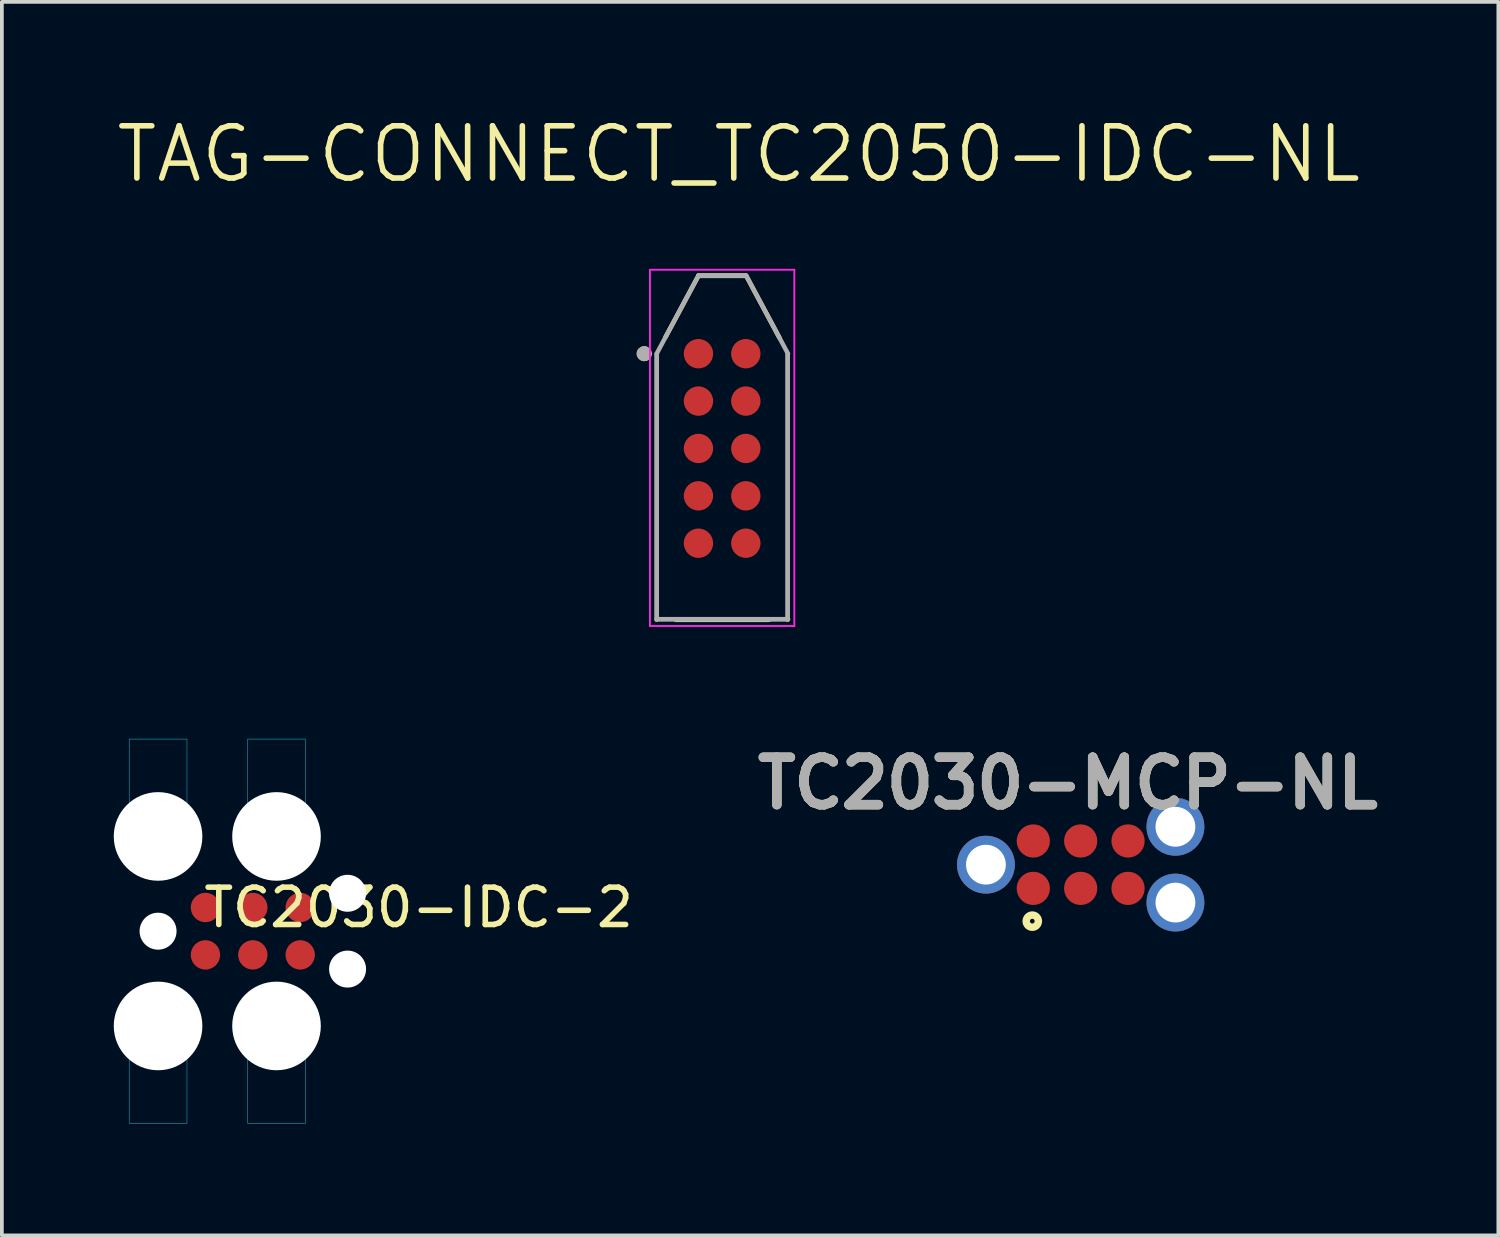
<source format=kicad_pcb>
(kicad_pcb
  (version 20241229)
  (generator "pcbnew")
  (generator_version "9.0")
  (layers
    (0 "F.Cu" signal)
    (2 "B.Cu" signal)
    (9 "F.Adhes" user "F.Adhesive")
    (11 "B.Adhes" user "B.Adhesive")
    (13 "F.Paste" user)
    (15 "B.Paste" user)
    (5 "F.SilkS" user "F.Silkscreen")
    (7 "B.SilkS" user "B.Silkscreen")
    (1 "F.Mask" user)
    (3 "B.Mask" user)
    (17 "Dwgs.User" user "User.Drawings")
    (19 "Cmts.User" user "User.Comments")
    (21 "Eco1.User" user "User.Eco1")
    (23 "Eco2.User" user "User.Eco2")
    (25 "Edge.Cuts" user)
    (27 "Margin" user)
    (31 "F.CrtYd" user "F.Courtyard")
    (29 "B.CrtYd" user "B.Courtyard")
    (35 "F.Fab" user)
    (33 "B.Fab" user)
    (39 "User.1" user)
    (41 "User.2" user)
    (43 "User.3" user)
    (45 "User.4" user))
  (footprint "TC2030-IDC-2"
    (layer "F.Cu")
    (at 3.727 21.911)
    (property "Reference" "TC2030-IDC-2" (at 4.445 -0.635 180) (layer "F.SilkS") (effects (font (size 1 1) (thickness 0.15))))
    (attr through_hole)
    (fp_poly (pts (xy -3.315 -5.15) (xy -1.765 -5.15) (xy -1.765 -2.54) (xy -3.315 -2.54)) (stroke (width 0.01) (type solid)) (fill no) (layer "B.CrtYd"))
    (fp_poly (pts (xy -3.315 2.54) (xy -1.765 2.54) (xy -1.765 5.15) (xy -3.315 5.15)) (stroke (width 0.01) (type solid)) (fill no) (layer "B.CrtYd"))
    (fp_poly (pts (xy -0.14 -5.15) (xy 1.41 -5.15) (xy 1.41 -2.54) (xy -0.14 -2.54)) (stroke (width 0.01) (type solid)) (fill no) (layer "B.CrtYd"))
    (fp_poly (pts (xy -0.14 2.54) (xy 1.41 2.54) (xy 1.41 5.15) (xy -0.14 5.15)) (stroke (width 0.01) (type solid)) (fill no) (layer "B.CrtYd"))
    (pad "" np_thru_hole circle (at -2.54 -2.54) (size 2.375 2.375) (drill 2.375) (layers "*.Cu" "*.Mask"))
    (pad "" np_thru_hole circle (at -2.54 0) (size 0.991 0.991) (drill 0.991) (layers "*.Cu" "*.Mask"))
    (pad "" np_thru_hole circle (at -2.54 2.54) (size 2.375 2.375) (drill 2.375) (layers "*.Cu" "*.Mask"))
    (pad "" np_thru_hole circle (at 0.635 -2.54) (size 2.375 2.375) (drill 2.375) (layers "*.Cu" "*.Mask"))
    (pad "" np_thru_hole circle (at 0.635 2.54) (size 2.375 2.375) (drill 2.375) (layers "*.Cu" "*.Mask"))
    (pad "" np_thru_hole circle (at 2.54 -1.016) (size 0.991 0.991) (drill 0.991) (layers "*.Cu" "*.Mask"))
    (pad "" np_thru_hole circle (at 2.54 1.016) (size 0.991 0.991) (drill 0.991) (layers "*.Cu" "*.Mask"))
    (pad "1" smd circle (at -1.27 0.635) (size 0.787 0.787) (layers "F.Cu" "F.Mask" "F.Paste"))
    (pad "2" smd circle (at -1.27 -0.635) (size 0.787 0.787) (layers "F.Cu" "F.Mask" "F.Paste"))
    (pad "3" smd circle (at 0 0.635) (size 0.787 0.787) (layers "F.Cu" "F.Mask" "F.Paste"))
    (pad "4" smd circle (at 0 -0.635) (size 0.787 0.787) (layers "F.Cu" "F.Mask" "F.Paste"))
    (pad "5" smd circle (at 1.27 0.635) (size 0.787 0.787) (layers "F.Cu" "F.Mask" "F.Paste"))
    (pad "6" smd circle (at 1.27 -0.635) (size 0.787 0.787) (layers "F.Cu" "F.Mask" "F.Paste"))
    (zone (net_name "") (layer "F.Cu") (hatch full 0.508) (connect_pads) (min_thickness 0.01) (filled_areas_thickness no) (keepout (tracks not_allowed) (vias not_allowed) (pads not_allowed) (copperpour not_allowed) (footprints allowed)) (placement (enabled no)) (fill) (polygon (pts (xy 2.457 21.276) (xy 4.997 21.276) (xy 4.997 22.546) (xy 2.457 22.546)))))
  (footprint "TC2030-MCP-NL"
    (layer "F.Cu")
    (at 25.918 20.128)
    (property "Reference" "TC2030-MCP-NL" (at -0.343 -2.183 0) (layer "F.SilkS") (effects (font (size 1.27 1.27) (thickness 0.254))))
    (attr through_hole)
    (fp_circle (center -1.297 1.514) (end -1.297 1.577) (stroke (width 0.2) (type solid)) (fill no) (layer "F.SilkS"))
    (fp_text user "${REFERENCE}" (at -0.343 -2.183 0) (layer "F.Fab") (effects (font (size 1.27 1.27) (thickness 0.254))))
    (pad "1" smd circle (at -1.27 0.635 90) (size 0.889 0.889) (layers "F.Cu" "F.Mask" "F.Paste"))
    (pad "2" smd circle (at -1.27 -0.635 90) (size 0.889 0.889) (layers "F.Cu" "F.Mask" "F.Paste"))
    (pad "3" smd circle (at 0 0.635 90) (size 0.889 0.889) (layers "F.Cu" "F.Mask" "F.Paste"))
    (pad "4" smd circle (at 0 -0.635 90) (size 0.889 0.889) (layers "F.Cu" "F.Mask" "F.Paste"))
    (pad "5" smd circle (at 1.27 0.635 90) (size 0.889 0.889) (layers "F.Cu" "F.Mask" "F.Paste"))
    (pad "6" smd circle (at 1.27 -0.635 90) (size 0.889 0.889) (layers "F.Cu" "F.Mask" "F.Paste"))
    (pad "7" thru_hole circle (at -2.54 0) (size 1.55 1.55) (drill 1.067) (layers "*.Cu" "*.Mask"))
    (pad "8" thru_hole circle (at 2.54 -1.016) (size 1.55 1.55) (drill 1.067) (layers "*.Cu" "*.Mask"))
    (pad "9" thru_hole circle (at 2.54 1.016) (size 1.55 1.55) (drill 1.067) (layers "*.Cu" "*.Mask")))
  (footprint "TAG-CONNECT_TC2050-IDC-NL"
    (layer "F.Cu")
    (at 15.672 6.431)
    (property "Reference" "TAG-CONNECT_TC2050-IDC-NL" (at 1.08 -5.349 0) (layer "F.SilkS") (effects (font (size 1.4 1.4) (thickness 0.15))))
    (attr smd)
    (fp_line (start -0.88 -0.45) (end 0 -2.09) (stroke (width 0.12) (type solid)) (layer "F.SilkS"))
    (fp_line (start 0 -2.09) (end 1.26 -2.09) (stroke (width 0.127) (type solid)) (layer "F.SilkS"))
    (fp_line (start 1.89 7.13) (end -0.6 7.13) (stroke (width 0.127) (type solid)) (layer "F.SilkS"))
    (fp_line (start 2.17 -0.43) (end 1.28 -2.09) (stroke (width 0.12) (type solid)) (layer "F.SilkS"))
    (fp_circle (center -1.45 0) (end -1.35 0) (stroke (width 0.2) (type solid)) (fill no) (layer "F.SilkS"))
    (fp_line (start -1.3 -2.25) (end 2.57 -2.25) (stroke (width 0.05) (type solid)) (layer "F.CrtYd"))
    (fp_line (start -1.3 7.3) (end -1.3 -2.25) (stroke (width 0.05) (type solid)) (layer "F.CrtYd"))
    (fp_line (start 2.57 -2.25) (end 2.57 7.3) (stroke (width 0.05) (type solid)) (layer "F.CrtYd"))
    (fp_line (start 2.57 7.3) (end -1.3 7.3) (stroke (width 0.05) (type solid)) (layer "F.CrtYd"))
    (fp_line (start -1.12 0) (end 0 -2.09) (stroke (width 0.12) (type solid)) (layer "F.Fab"))
    (fp_line (start -1.12 7.13) (end -1.12 0.01) (stroke (width 0.127) (type solid)) (layer "F.Fab"))
    (fp_line (start 0 -2.09) (end 1.28 -2.09) (stroke (width 0.127) (type solid)) (layer "F.Fab"))
    (fp_line (start 2.39 0.01) (end 2.39 7.13) (stroke (width 0.127) (type solid)) (layer "F.Fab"))
    (fp_line (start 2.4 0) (end 1.28 -2.09) (stroke (width 0.12) (type solid)) (layer "F.Fab"))
    (fp_line (start 2.4 7.12) (end -1.12 7.12) (stroke (width 0.127) (type solid)) (layer "F.Fab"))
    (fp_circle (center -1.46 0) (end -1.36 0) (stroke (width 0.2) (type solid)) (fill no) (layer "F.Fab"))
    (pad "1" smd circle (at 0 0 270) (size 0.787 0.787) (layers "F.Cu" "F.Mask"))
    (pad "2" smd circle (at 0 1.27 270) (size 0.787 0.787) (layers "F.Cu" "F.Mask"))
    (pad "3" smd circle (at 0 2.54 270) (size 0.787 0.787) (layers "F.Cu" "F.Mask"))
    (pad "4" smd circle (at 0 3.81 270) (size 0.787 0.787) (layers "F.Cu" "F.Mask"))
    (pad "5" smd circle (at 0 5.08 270) (size 0.787 0.787) (layers "F.Cu" "F.Mask"))
    (pad "6" smd circle (at 1.27 5.08 270) (size 0.787 0.787) (layers "F.Cu" "F.Mask"))
    (pad "7" smd circle (at 1.27 3.81 270) (size 0.787 0.787) (layers "F.Cu" "F.Mask"))
    (pad "8" smd circle (at 1.27 2.54 270) (size 0.787 0.787) (layers "F.Cu" "F.Mask"))
    (pad "9" smd circle (at 1.27 1.27 270) (size 0.787 0.787) (layers "F.Cu" "F.Mask"))
    (pad "10" smd circle (at 1.27 0 270) (size 0.787 0.787) (layers "F.Cu" "F.Mask")))
  (gr_rect
    (start -3 -3)
    (end 37.114 30.066)
    (stroke (width 0.1) (type default))
    (fill no)
    (layer "Edge.Cuts")))
</source>
